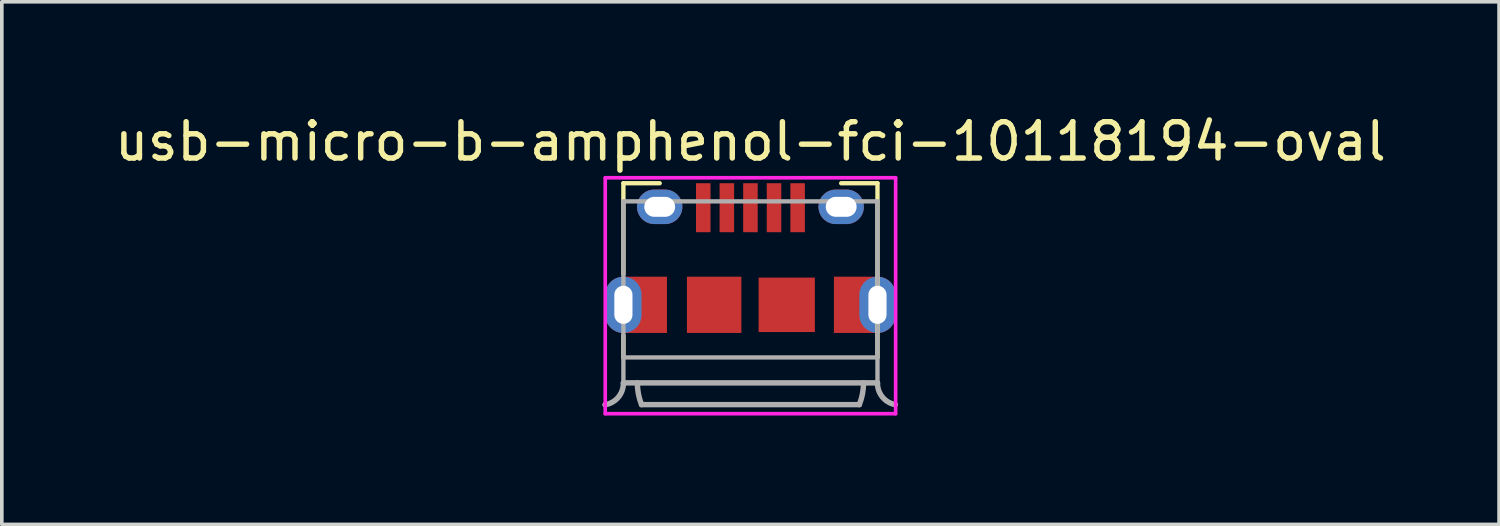
<source format=kicad_pcb>
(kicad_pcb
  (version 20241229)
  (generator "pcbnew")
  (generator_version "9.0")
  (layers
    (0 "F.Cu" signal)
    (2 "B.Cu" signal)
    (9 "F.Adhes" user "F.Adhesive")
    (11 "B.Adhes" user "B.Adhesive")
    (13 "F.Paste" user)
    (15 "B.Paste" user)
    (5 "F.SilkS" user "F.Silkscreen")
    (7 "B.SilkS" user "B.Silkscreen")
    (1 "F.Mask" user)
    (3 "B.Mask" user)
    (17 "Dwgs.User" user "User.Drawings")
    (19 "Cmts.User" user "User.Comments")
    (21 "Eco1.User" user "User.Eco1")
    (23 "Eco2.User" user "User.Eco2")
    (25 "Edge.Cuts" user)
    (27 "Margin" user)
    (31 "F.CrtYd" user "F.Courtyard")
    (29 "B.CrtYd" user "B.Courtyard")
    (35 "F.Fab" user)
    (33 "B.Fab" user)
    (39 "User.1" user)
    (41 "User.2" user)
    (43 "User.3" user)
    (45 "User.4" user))
  (footprint "usb-micro-b-amphenol-fci-10118194-oval"
    (layer "F.Cu")
    (at 17.625 5.348)
    (property "Reference" "usb-micro-b-amphenol-fci-10118194-oval" (at 0 -4.5 0) (layer "F.SilkS") (effects (font (size 1 1) (thickness 0.15))))
    (attr through_hole)
    (fp_line (start -3.5 -3.35) (end -3.5 -0.85) (stroke (width 0.12) (type solid)) (layer "F.SilkS"))
    (fp_line (start -3.5 -3.35) (end -2.5 -3.35) (stroke (width 0.12) (type solid)) (layer "F.SilkS"))
    (fp_line (start -3.5 1.45) (end -3.5 0.85) (stroke (width 0.12) (type solid)) (layer "F.SilkS"))
    (fp_line (start 3.5 -3.35) (end 2.5 -3.35) (stroke (width 0.12) (type solid)) (layer "F.SilkS"))
    (fp_line (start 3.5 -3.35) (end 3.5 1.45) (stroke (width 0.12) (type solid)) (layer "F.SilkS"))
    (fp_line (start -4 -3.5) (end 4 -3.5) (stroke (width 0.1) (type solid)) (layer "F.CrtYd"))
    (fp_line (start -4 3) (end -4 -3.5) (stroke (width 0.1) (type solid)) (layer "F.CrtYd"))
    (fp_line (start 4 -3.5) (end 4 3) (stroke (width 0.1) (type solid)) (layer "F.CrtYd"))
    (fp_line (start 4 3) (end -4 3) (stroke (width 0.1) (type solid)) (layer "F.CrtYd"))
    (fp_line (start -3.5 -2.85) (end -3.5 2.15) (stroke (width 0.12) (type solid)) (layer "F.Fab"))
    (fp_line (start -3.5 1.45) (end 3.5 1.45) (stroke (width 0.12) (type solid)) (layer "F.Fab"))
    (fp_line (start -3.5 2.15) (end 3.5 2.15) (stroke (width 0.15) (type solid)) (layer "F.Fab"))
    (fp_line (start -3 2.75) (end 3 2.75) (stroke (width 0.15) (type solid)) (layer "F.Fab"))
    (fp_line (start 3.5 -2.85) (end -3.5 -2.85) (stroke (width 0.12) (type solid)) (layer "F.Fab"))
    (fp_line (start 3.5 -2.85) (end 3.5 2.15) (stroke (width 0.12) (type solid)) (layer "F.Fab"))
    (fp_arc (start -3.5 2.15) (mid -3.640951 2.546489) (end -4.007628 2.752931) (stroke (width 0.15) (type solid)) (layer "F.Fab"))
    (fp_arc (start -3 2.75) (mid -3.086395 2.455532) (end -3.115549 2.15004) (stroke (width 0.15) (type solid)) (layer "F.Fab"))
    (fp_arc (start 3.115549 2.15004) (mid 3.086395 2.455532) (end 3 2.75) (stroke (width 0.15) (type solid)) (layer "F.Fab"))
    (fp_arc (start 3.991109 2.750121) (mid 3.635599 2.540042) (end 3.5 2.15) (stroke (width 0.15) (type solid)) (layer "F.Fab"))
    (pad "1" smd rect (at -1.3 -2.675) (size 0.4 1.35) (layers "F.Cu" "F.Mask" "F.Paste"))
    (pad "2" smd rect (at -0.65 -2.675) (size 0.4 1.35) (layers "F.Cu" "F.Mask" "F.Paste"))
    (pad "3" smd rect (at 0 -2.675 180) (size 0.4 1.35) (layers "F.Cu" "F.Mask" "F.Paste"))
    (pad "4" smd rect (at 0.65 -2.675 180) (size 0.4 1.35) (layers "F.Cu" "F.Mask" "F.Paste"))
    (pad "5" smd rect (at 1.3 -2.675) (size 0.4 1.35) (layers "F.Cu" "F.Mask" "F.Paste"))
    (pad "6" thru_hole oval (at -3.5 0 90) (size 1.55 1) (drill oval 1.05 0.5) (layers "*.Cu" "*.Mask"))
    (pad "6" smd rect (at -2.9 0) (size 1.2 1.55) (layers "F.Cu" "F.Mask" "F.Paste"))
    (pad "6" thru_hole oval (at -2.5 -2.7) (size 1.25 0.95) (drill oval 0.85 0.55) (layers "*.Cu" "*.Mask"))
    (pad "6" smd rect (at -1 0) (size 1.5 1.55) (layers "F.Cu" "F.Mask" "F.Paste"))
    (pad "6" smd rect (at 1 0 90) (size 1.5 1.55) (layers "F.Cu" "F.Mask" "F.Paste"))
    (pad "6" thru_hole oval (at 2.5 -2.7) (size 1.25 0.95) (drill oval 0.85 0.55) (layers "*.Cu" "*.Mask"))
    (pad "6" smd rect (at 2.9 0) (size 1.2 1.55) (layers "F.Cu" "F.Mask" "F.Paste"))
    (pad "6" thru_hole oval (at 3.5 0 90) (size 1.55 1) (drill oval 1.05 0.5) (layers "*.Cu" "*.Mask")))
  (gr_rect
    (start -3 -3)
    (end 38.25 11.398)
    (stroke (width 0.1) (type default))
    (fill no)
    (layer "Edge.Cuts")))
</source>
